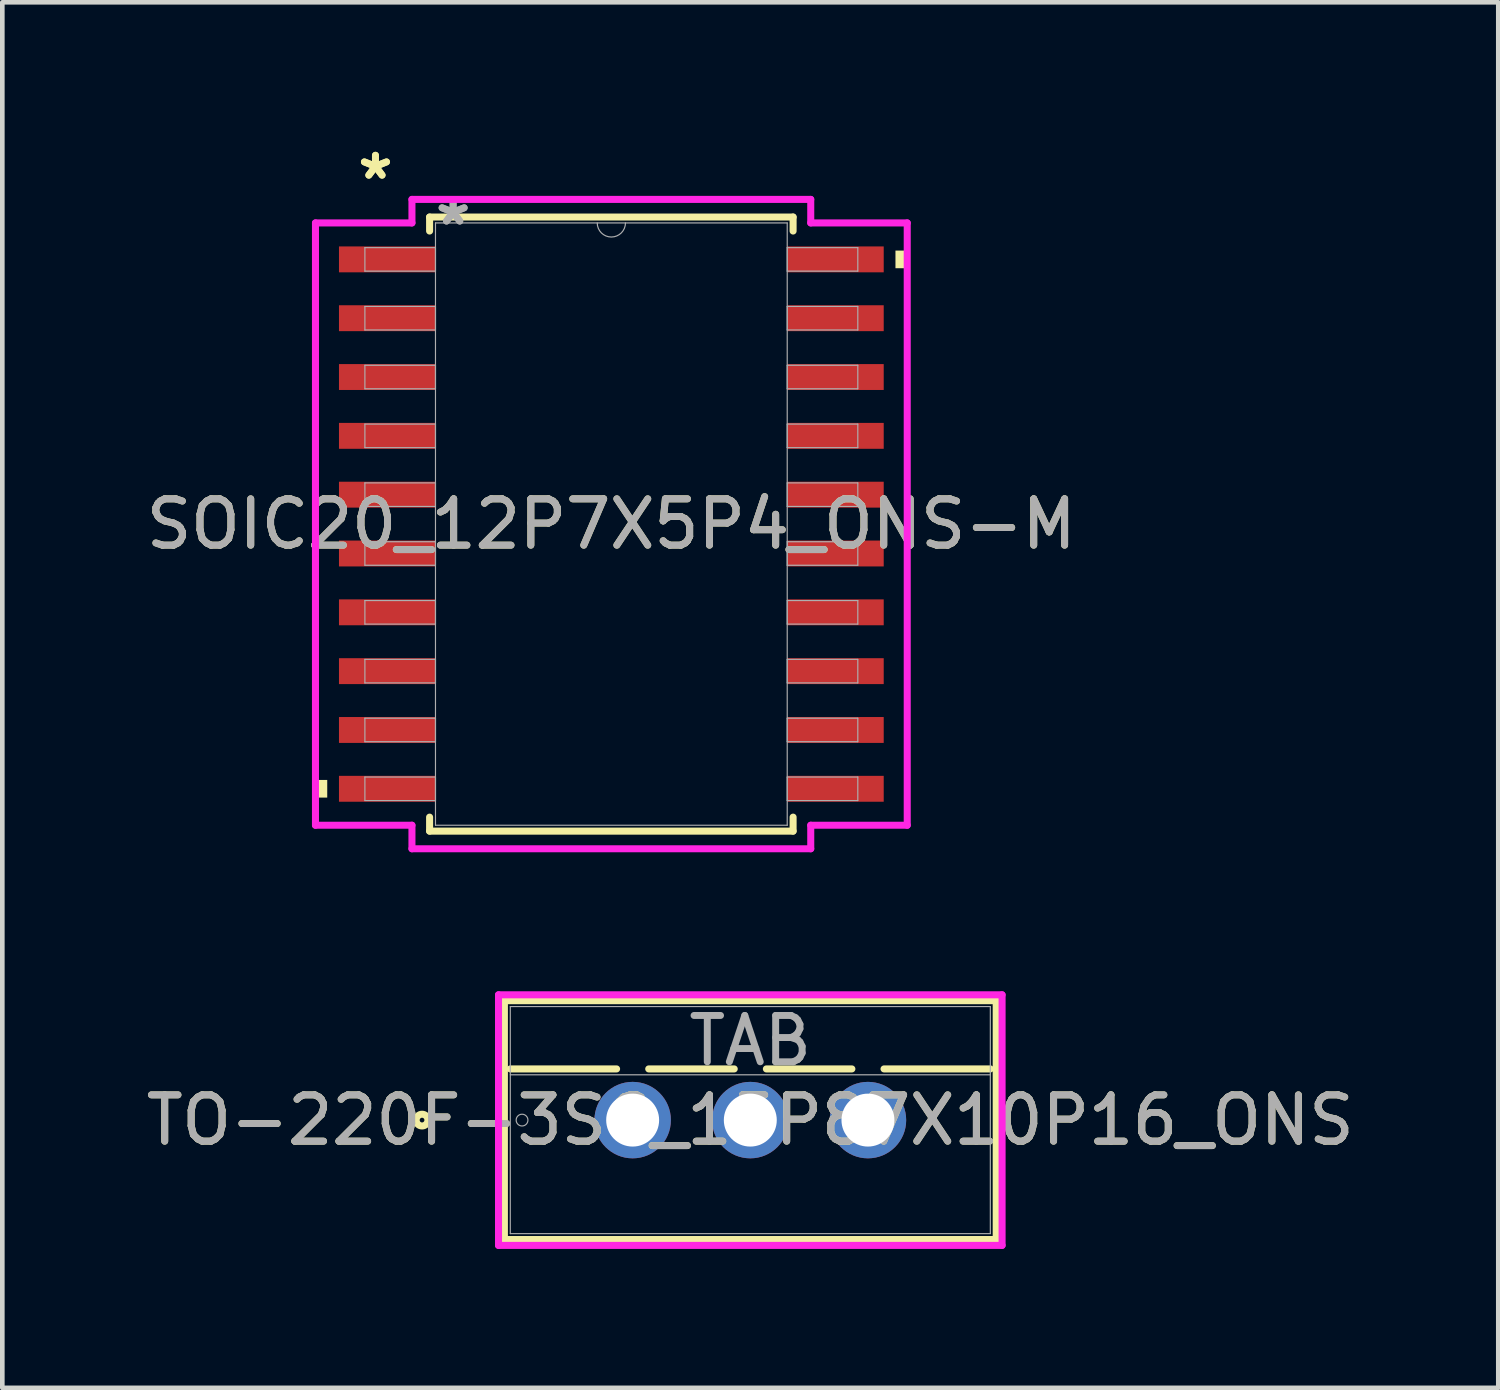
<source format=kicad_pcb>
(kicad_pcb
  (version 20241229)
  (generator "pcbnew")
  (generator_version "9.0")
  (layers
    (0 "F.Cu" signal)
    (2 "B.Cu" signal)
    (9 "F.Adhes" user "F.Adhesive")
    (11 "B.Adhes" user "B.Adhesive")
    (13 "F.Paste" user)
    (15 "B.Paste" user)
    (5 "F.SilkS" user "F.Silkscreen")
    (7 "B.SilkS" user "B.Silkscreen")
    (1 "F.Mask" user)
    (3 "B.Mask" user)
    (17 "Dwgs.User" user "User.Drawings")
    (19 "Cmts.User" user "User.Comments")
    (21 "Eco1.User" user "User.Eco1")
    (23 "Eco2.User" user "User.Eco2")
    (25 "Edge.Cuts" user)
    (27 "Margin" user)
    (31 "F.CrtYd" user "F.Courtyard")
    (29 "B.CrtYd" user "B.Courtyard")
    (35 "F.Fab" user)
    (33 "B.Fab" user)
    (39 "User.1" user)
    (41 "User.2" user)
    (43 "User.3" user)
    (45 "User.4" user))
  (footprint "SOIC20_12P7X5P4_ONS-M"
    (layer "F.Cu")
    (at 10.149 8.265)
    (property "Reference" "SOIC20_12P7X5P4_ONS-M" (at 0 0 0) (unlocked yes) (layer "F.SilkS") (effects (font (size 1 1) (thickness 0.15))))
    (attr smd)
    (fp_line (start -3.924 -6.629) (end -3.924 -6.327) (stroke (width 0.152) (type solid)) (layer "F.SilkS"))
    (fp_line (start -3.924 6.327) (end -3.924 6.629) (stroke (width 0.152) (type solid)) (layer "F.SilkS"))
    (fp_line (start -3.924 6.629) (end 3.924 6.629) (stroke (width 0.152) (type solid)) (layer "F.SilkS"))
    (fp_line (start 3.924 -6.629) (end -3.924 -6.629) (stroke (width 0.152) (type solid)) (layer "F.SilkS"))
    (fp_line (start 3.924 -6.327) (end 3.924 -6.629) (stroke (width 0.152) (type solid)) (layer "F.SilkS"))
    (fp_line (start 3.924 6.629) (end 3.924 6.327) (stroke (width 0.152) (type solid)) (layer "F.SilkS"))
    (fp_poly (pts (xy -6.388 5.524) (xy -6.388 5.905) (xy -6.134 5.905) (xy -6.134 5.524)) (stroke (width 0) (type solid)) (fill yes) (layer "F.SilkS"))
    (fp_poly (pts (xy 6.388 -5.905) (xy 6.388 -5.524) (xy 6.134 -5.524) (xy 6.134 -5.905)) (stroke (width 0) (type solid)) (fill yes) (layer "F.SilkS"))
    (fp_line (start -6.388 -6.502) (end -4.305 -6.502) (stroke (width 0.152) (type solid)) (layer "F.CrtYd"))
    (fp_line (start -6.388 6.502) (end -6.388 -6.502) (stroke (width 0.152) (type solid)) (layer "F.CrtYd"))
    (fp_line (start -6.388 6.502) (end -4.305 6.502) (stroke (width 0.152) (type solid)) (layer "F.CrtYd"))
    (fp_line (start -4.305 -7.01) (end 4.305 -7.01) (stroke (width 0.152) (type solid)) (layer "F.CrtYd"))
    (fp_line (start -4.305 -6.502) (end -4.305 -7.01) (stroke (width 0.152) (type solid)) (layer "F.CrtYd"))
    (fp_line (start -4.305 7.01) (end -4.305 6.502) (stroke (width 0.152) (type solid)) (layer "F.CrtYd"))
    (fp_line (start 4.305 -7.01) (end 4.305 -6.502) (stroke (width 0.152) (type solid)) (layer "F.CrtYd"))
    (fp_line (start 4.305 6.502) (end 4.305 7.01) (stroke (width 0.152) (type solid)) (layer "F.CrtYd"))
    (fp_line (start 4.305 7.01) (end -4.305 7.01) (stroke (width 0.152) (type solid)) (layer "F.CrtYd"))
    (fp_line (start 6.388 -6.502) (end 4.305 -6.502) (stroke (width 0.152) (type solid)) (layer "F.CrtYd"))
    (fp_line (start 6.388 -6.502) (end 6.388 6.502) (stroke (width 0.152) (type solid)) (layer "F.CrtYd"))
    (fp_line (start 6.388 6.502) (end 4.305 6.502) (stroke (width 0.152) (type solid)) (layer "F.CrtYd"))
    (fp_line (start -5.321 -5.969) (end -5.321 -5.461) (stroke (width 0.025) (type solid)) (layer "F.Fab"))
    (fp_line (start -5.321 -5.461) (end -3.797 -5.461) (stroke (width 0.025) (type solid)) (layer "F.Fab"))
    (fp_line (start -5.321 -4.699) (end -5.321 -4.191) (stroke (width 0.025) (type solid)) (layer "F.Fab"))
    (fp_line (start -5.321 -4.191) (end -3.797 -4.191) (stroke (width 0.025) (type solid)) (layer "F.Fab"))
    (fp_line (start -5.321 -3.429) (end -5.321 -2.921) (stroke (width 0.025) (type solid)) (layer "F.Fab"))
    (fp_line (start -5.321 -2.921) (end -3.797 -2.921) (stroke (width 0.025) (type solid)) (layer "F.Fab"))
    (fp_line (start -5.321 -2.159) (end -5.321 -1.651) (stroke (width 0.025) (type solid)) (layer "F.Fab"))
    (fp_line (start -5.321 -1.651) (end -3.797 -1.651) (stroke (width 0.025) (type solid)) (layer "F.Fab"))
    (fp_line (start -5.321 -0.889) (end -5.321 -0.381) (stroke (width 0.025) (type solid)) (layer "F.Fab"))
    (fp_line (start -5.321 -0.381) (end -3.797 -0.381) (stroke (width 0.025) (type solid)) (layer "F.Fab"))
    (fp_line (start -5.321 0.381) (end -5.321 0.889) (stroke (width 0.025) (type solid)) (layer "F.Fab"))
    (fp_line (start -5.321 0.889) (end -3.797 0.889) (stroke (width 0.025) (type solid)) (layer "F.Fab"))
    (fp_line (start -5.321 1.651) (end -5.321 2.159) (stroke (width 0.025) (type solid)) (layer "F.Fab"))
    (fp_line (start -5.321 2.159) (end -3.797 2.159) (stroke (width 0.025) (type solid)) (layer "F.Fab"))
    (fp_line (start -5.321 2.921) (end -5.321 3.429) (stroke (width 0.025) (type solid)) (layer "F.Fab"))
    (fp_line (start -5.321 3.429) (end -3.797 3.429) (stroke (width 0.025) (type solid)) (layer "F.Fab"))
    (fp_line (start -5.321 4.191) (end -5.321 4.699) (stroke (width 0.025) (type solid)) (layer "F.Fab"))
    (fp_line (start -5.321 4.699) (end -3.797 4.699) (stroke (width 0.025) (type solid)) (layer "F.Fab"))
    (fp_line (start -5.321 5.461) (end -5.321 5.969) (stroke (width 0.025) (type solid)) (layer "F.Fab"))
    (fp_line (start -5.321 5.969) (end -3.797 5.969) (stroke (width 0.025) (type solid)) (layer "F.Fab"))
    (fp_line (start -3.797 -6.502) (end -3.797 6.502) (stroke (width 0.025) (type solid)) (layer "F.Fab"))
    (fp_line (start -3.797 -5.969) (end -5.321 -5.969) (stroke (width 0.025) (type solid)) (layer "F.Fab"))
    (fp_line (start -3.797 -5.461) (end -3.797 -5.969) (stroke (width 0.025) (type solid)) (layer "F.Fab"))
    (fp_line (start -3.797 -4.699) (end -5.321 -4.699) (stroke (width 0.025) (type solid)) (layer "F.Fab"))
    (fp_line (start -3.797 -4.191) (end -3.797 -4.699) (stroke (width 0.025) (type solid)) (layer "F.Fab"))
    (fp_line (start -3.797 -3.429) (end -5.321 -3.429) (stroke (width 0.025) (type solid)) (layer "F.Fab"))
    (fp_line (start -3.797 -2.921) (end -3.797 -3.429) (stroke (width 0.025) (type solid)) (layer "F.Fab"))
    (fp_line (start -3.797 -2.159) (end -5.321 -2.159) (stroke (width 0.025) (type solid)) (layer "F.Fab"))
    (fp_line (start -3.797 -1.651) (end -3.797 -2.159) (stroke (width 0.025) (type solid)) (layer "F.Fab"))
    (fp_line (start -3.797 -0.889) (end -5.321 -0.889) (stroke (width 0.025) (type solid)) (layer "F.Fab"))
    (fp_line (start -3.797 -0.381) (end -3.797 -0.889) (stroke (width 0.025) (type solid)) (layer "F.Fab"))
    (fp_line (start -3.797 0.381) (end -5.321 0.381) (stroke (width 0.025) (type solid)) (layer "F.Fab"))
    (fp_line (start -3.797 0.889) (end -3.797 0.381) (stroke (width 0.025) (type solid)) (layer "F.Fab"))
    (fp_line (start -3.797 1.651) (end -5.321 1.651) (stroke (width 0.025) (type solid)) (layer "F.Fab"))
    (fp_line (start -3.797 2.159) (end -3.797 1.651) (stroke (width 0.025) (type solid)) (layer "F.Fab"))
    (fp_line (start -3.797 2.921) (end -5.321 2.921) (stroke (width 0.025) (type solid)) (layer "F.Fab"))
    (fp_line (start -3.797 3.429) (end -3.797 2.921) (stroke (width 0.025) (type solid)) (layer "F.Fab"))
    (fp_line (start -3.797 4.191) (end -5.321 4.191) (stroke (width 0.025) (type solid)) (layer "F.Fab"))
    (fp_line (start -3.797 4.699) (end -3.797 4.191) (stroke (width 0.025) (type solid)) (layer "F.Fab"))
    (fp_line (start -3.797 5.461) (end -5.321 5.461) (stroke (width 0.025) (type solid)) (layer "F.Fab"))
    (fp_line (start -3.797 5.969) (end -3.797 5.461) (stroke (width 0.025) (type solid)) (layer "F.Fab"))
    (fp_line (start -3.797 6.502) (end 3.797 6.502) (stroke (width 0.025) (type solid)) (layer "F.Fab"))
    (fp_line (start 3.797 -6.502) (end -3.797 -6.502) (stroke (width 0.025) (type solid)) (layer "F.Fab"))
    (fp_line (start 3.797 -5.969) (end 3.797 -5.461) (stroke (width 0.025) (type solid)) (layer "F.Fab"))
    (fp_line (start 3.797 -5.461) (end 5.321 -5.461) (stroke (width 0.025) (type solid)) (layer "F.Fab"))
    (fp_line (start 3.797 -4.699) (end 3.797 -4.191) (stroke (width 0.025) (type solid)) (layer "F.Fab"))
    (fp_line (start 3.797 -4.191) (end 5.321 -4.191) (stroke (width 0.025) (type solid)) (layer "F.Fab"))
    (fp_line (start 3.797 -3.429) (end 3.797 -2.921) (stroke (width 0.025) (type solid)) (layer "F.Fab"))
    (fp_line (start 3.797 -2.921) (end 5.321 -2.921) (stroke (width 0.025) (type solid)) (layer "F.Fab"))
    (fp_line (start 3.797 -2.159) (end 3.797 -1.651) (stroke (width 0.025) (type solid)) (layer "F.Fab"))
    (fp_line (start 3.797 -1.651) (end 5.321 -1.651) (stroke (width 0.025) (type solid)) (layer "F.Fab"))
    (fp_line (start 3.797 -0.889) (end 3.797 -0.381) (stroke (width 0.025) (type solid)) (layer "F.Fab"))
    (fp_line (start 3.797 -0.381) (end 5.321 -0.381) (stroke (width 0.025) (type solid)) (layer "F.Fab"))
    (fp_line (start 3.797 0.381) (end 3.797 0.889) (stroke (width 0.025) (type solid)) (layer "F.Fab"))
    (fp_line (start 3.797 0.889) (end 5.321 0.889) (stroke (width 0.025) (type solid)) (layer "F.Fab"))
    (fp_line (start 3.797 1.651) (end 3.797 2.159) (stroke (width 0.025) (type solid)) (layer "F.Fab"))
    (fp_line (start 3.797 2.159) (end 5.321 2.159) (stroke (width 0.025) (type solid)) (layer "F.Fab"))
    (fp_line (start 3.797 2.921) (end 3.797 3.429) (stroke (width 0.025) (type solid)) (layer "F.Fab"))
    (fp_line (start 3.797 3.429) (end 5.321 3.429) (stroke (width 0.025) (type solid)) (layer "F.Fab"))
    (fp_line (start 3.797 4.191) (end 3.797 4.699) (stroke (width 0.025) (type solid)) (layer "F.Fab"))
    (fp_line (start 3.797 4.699) (end 5.321 4.699) (stroke (width 0.025) (type solid)) (layer "F.Fab"))
    (fp_line (start 3.797 5.461) (end 3.797 5.969) (stroke (width 0.025) (type solid)) (layer "F.Fab"))
    (fp_line (start 3.797 5.969) (end 5.321 5.969) (stroke (width 0.025) (type solid)) (layer "F.Fab"))
    (fp_line (start 3.797 6.502) (end 3.797 -6.502) (stroke (width 0.025) (type solid)) (layer "F.Fab"))
    (fp_line (start 5.321 -5.969) (end 3.797 -5.969) (stroke (width 0.025) (type solid)) (layer "F.Fab"))
    (fp_line (start 5.321 -5.461) (end 5.321 -5.969) (stroke (width 0.025) (type solid)) (layer "F.Fab"))
    (fp_line (start 5.321 -4.699) (end 3.797 -4.699) (stroke (width 0.025) (type solid)) (layer "F.Fab"))
    (fp_line (start 5.321 -4.191) (end 5.321 -4.699) (stroke (width 0.025) (type solid)) (layer "F.Fab"))
    (fp_line (start 5.321 -3.429) (end 3.797 -3.429) (stroke (width 0.025) (type solid)) (layer "F.Fab"))
    (fp_line (start 5.321 -2.921) (end 5.321 -3.429) (stroke (width 0.025) (type solid)) (layer "F.Fab"))
    (fp_line (start 5.321 -2.159) (end 3.797 -2.159) (stroke (width 0.025) (type solid)) (layer "F.Fab"))
    (fp_line (start 5.321 -1.651) (end 5.321 -2.159) (stroke (width 0.025) (type solid)) (layer "F.Fab"))
    (fp_line (start 5.321 -0.889) (end 3.797 -0.889) (stroke (width 0.025) (type solid)) (layer "F.Fab"))
    (fp_line (start 5.321 -0.381) (end 5.321 -0.889) (stroke (width 0.025) (type solid)) (layer "F.Fab"))
    (fp_line (start 5.321 0.381) (end 3.797 0.381) (stroke (width 0.025) (type solid)) (layer "F.Fab"))
    (fp_line (start 5.321 0.889) (end 5.321 0.381) (stroke (width 0.025) (type solid)) (layer "F.Fab"))
    (fp_line (start 5.321 1.651) (end 3.797 1.651) (stroke (width 0.025) (type solid)) (layer "F.Fab"))
    (fp_line (start 5.321 2.159) (end 5.321 1.651) (stroke (width 0.025) (type solid)) (layer "F.Fab"))
    (fp_line (start 5.321 2.921) (end 3.797 2.921) (stroke (width 0.025) (type solid)) (layer "F.Fab"))
    (fp_line (start 5.321 3.429) (end 5.321 2.921) (stroke (width 0.025) (type solid)) (layer "F.Fab"))
    (fp_line (start 5.321 4.191) (end 3.797 4.191) (stroke (width 0.025) (type solid)) (layer "F.Fab"))
    (fp_line (start 5.321 4.699) (end 5.321 4.191) (stroke (width 0.025) (type solid)) (layer "F.Fab"))
    (fp_line (start 5.321 5.461) (end 3.797 5.461) (stroke (width 0.025) (type solid)) (layer "F.Fab"))
    (fp_line (start 5.321 5.969) (end 5.321 5.461) (stroke (width 0.025) (type solid)) (layer "F.Fab"))
    (fp_arc (start 0.3048 -6.5024) (mid 0 -6.1976) (end -0.3048 -6.5024) (stroke (width 0.0254) (type solid)) (layer "F.Fab"))
    (fp_text user "*" (at -5.093 -7.417 0) (unlocked yes) (layer "F.SilkS") (effects (font (size 1 1) (thickness 0.15))))
    (fp_text user "*" (at -5.093 -7.417 0) (layer "F.SilkS") (effects (font (size 1 1) (thickness 0.15))))
    (fp_text user "${REFERENCE}" (at 0 0 0) (unlocked yes) (layer "F.Fab") (effects (font (size 1 1) (thickness 0.15))))
    (fp_text user "*" (at -3.416 -6.426 0) (unlocked yes) (layer "F.Fab") (effects (font (size 1 1) (thickness 0.15))))
    (fp_text user "*" (at -3.416 -6.426 0) (layer "F.Fab") (effects (font (size 1 1) (thickness 0.15))))
    (pad "1" smd rect (at -4.839 -5.715) (size 2.083 0.559) (layers "F.Cu" "F.Mask" "F.Paste"))
    (pad "2" smd rect (at -4.839 -4.445) (size 2.083 0.559) (layers "F.Cu" "F.Mask" "F.Paste"))
    (pad "3" smd rect (at -4.839 -3.175) (size 2.083 0.559) (layers "F.Cu" "F.Mask" "F.Paste"))
    (pad "4" smd rect (at -4.839 -1.905) (size 2.083 0.559) (layers "F.Cu" "F.Mask" "F.Paste"))
    (pad "5" smd rect (at -4.839 -0.635) (size 2.083 0.559) (layers "F.Cu" "F.Mask" "F.Paste"))
    (pad "6" smd rect (at -4.839 0.635) (size 2.083 0.559) (layers "F.Cu" "F.Mask" "F.Paste"))
    (pad "7" smd rect (at -4.839 1.905) (size 2.083 0.559) (layers "F.Cu" "F.Mask" "F.Paste"))
    (pad "8" smd rect (at -4.839 3.175) (size 2.083 0.559) (layers "F.Cu" "F.Mask" "F.Paste"))
    (pad "9" smd rect (at -4.839 4.445) (size 2.083 0.559) (layers "F.Cu" "F.Mask" "F.Paste"))
    (pad "10" smd rect (at -4.839 5.715) (size 2.083 0.559) (layers "F.Cu" "F.Mask" "F.Paste"))
    (pad "11" smd rect (at 4.839 5.715) (size 2.083 0.559) (layers "F.Cu" "F.Mask" "F.Paste"))
    (pad "12" smd rect (at 4.839 4.445) (size 2.083 0.559) (layers "F.Cu" "F.Mask" "F.Paste"))
    (pad "13" smd rect (at 4.839 3.175) (size 2.083 0.559) (layers "F.Cu" "F.Mask" "F.Paste"))
    (pad "14" smd rect (at 4.839 1.905) (size 2.083 0.559) (layers "F.Cu" "F.Mask" "F.Paste"))
    (pad "15" smd rect (at 4.839 0.635) (size 2.083 0.559) (layers "F.Cu" "F.Mask" "F.Paste"))
    (pad "16" smd rect (at 4.839 -0.635) (size 2.083 0.559) (layers "F.Cu" "F.Mask" "F.Paste"))
    (pad "17" smd rect (at 4.839 -1.905) (size 2.083 0.559) (layers "F.Cu" "F.Mask" "F.Paste"))
    (pad "18" smd rect (at 4.839 -3.175) (size 2.083 0.559) (layers "F.Cu" "F.Mask" "F.Paste"))
    (pad "19" smd rect (at 4.839 -4.445) (size 2.083 0.559) (layers "F.Cu" "F.Mask" "F.Paste"))
    (pad "20" smd rect (at 4.839 -5.715) (size 2.083 0.559) (layers "F.Cu" "F.Mask" "F.Paste")))
  (footprint "TO-220F-3SG_15P87X10P16_ONS"
    (layer "F.Cu")
    (at 10.609 21.133)
    (property "Reference" "TO-220F-3SG_15P87X10P16_ONS" (at 2.54 0 0) (unlocked yes) (layer "F.SilkS") (effects (font (size 1 1) (thickness 0.15))))
    (attr through_hole)
    (fp_line (start -2.769 -2.578) (end -2.769 2.578) (stroke (width 0.152) (type solid)) (layer "F.SilkS"))
    (fp_line (start -2.769 2.578) (end 7.849 2.578) (stroke (width 0.152) (type solid)) (layer "F.SilkS"))
    (fp_line (start -2.642 -1.105) (end -0.347 -1.105) (stroke (width 0.152) (type solid)) (layer "F.SilkS"))
    (fp_line (start 0.347 -1.105) (end 2.193 -1.105) (stroke (width 0.152) (type solid)) (layer "F.SilkS"))
    (fp_line (start 2.887 -1.105) (end 4.733 -1.105) (stroke (width 0.152) (type solid)) (layer "F.SilkS"))
    (fp_line (start 5.427 -1.105) (end 7.722 -1.105) (stroke (width 0.152) (type solid)) (layer "F.SilkS"))
    (fp_line (start 7.849 -2.578) (end -2.769 -2.578) (stroke (width 0.152) (type solid)) (layer "F.SilkS"))
    (fp_line (start 7.849 2.578) (end 7.849 -2.578) (stroke (width 0.152) (type solid)) (layer "F.SilkS"))
    (fp_circle (center -4.547 0) (end -4.42 0) (stroke (width 0.152) (type solid)) (fill no) (layer "F.SilkS"))
    (fp_line (start -2.896 -2.705) (end -2.896 2.705) (stroke (width 0.152) (type solid)) (layer "F.CrtYd"))
    (fp_line (start -2.896 2.705) (end 7.976 2.705) (stroke (width 0.152) (type solid)) (layer "F.CrtYd"))
    (fp_line (start 7.976 -2.705) (end -2.896 -2.705) (stroke (width 0.152) (type solid)) (layer "F.CrtYd"))
    (fp_line (start 7.976 2.705) (end 7.976 -2.705) (stroke (width 0.152) (type solid)) (layer "F.CrtYd"))
    (fp_line (start -2.642 -2.451) (end -2.642 2.451) (stroke (width 0.025) (type solid)) (layer "F.Fab"))
    (fp_line (start -2.642 -0.978) (end 7.722 -0.978) (stroke (width 0.025) (type solid)) (layer "F.Fab"))
    (fp_line (start -2.642 2.451) (end 7.722 2.451) (stroke (width 0.025) (type solid)) (layer "F.Fab"))
    (fp_line (start 7.722 -2.451) (end -2.642 -2.451) (stroke (width 0.025) (type solid)) (layer "F.Fab"))
    (fp_line (start 7.722 2.451) (end 7.722 -2.451) (stroke (width 0.025) (type solid)) (layer "F.Fab"))
    (fp_circle (center -2.388 0) (end -2.261 0) (stroke (width 0.025) (type solid)) (fill no) (layer "F.Fab"))
    (fp_text user "${REFERENCE}" (at 2.54 0 0) (unlocked yes) (layer "F.Fab") (effects (font (size 1 1) (thickness 0.15))))
    (fp_text user "TAB" (at 2.54 -1.714 0) (unlocked yes) (layer "F.Fab") (effects (font (size 1 1) (thickness 0.15))))
    (pad "1" thru_hole circle (at 0 0) (size 1.651 1.651) (drill 1.143) (layers "*.Cu" "*.Mask"))
    (pad "2" thru_hole circle (at 2.54 0) (size 1.651 1.651) (drill 1.143) (layers "*.Cu" "*.Mask"))
    (pad "3" thru_hole circle (at 5.08 0) (size 1.651 1.651) (drill 1.143) (layers "*.Cu" "*.Mask")))
  (gr_rect
    (start -3 -3)
    (end 29.298 26.914)
    (stroke (width 0.1) (type default))
    (fill no)
    (layer "Edge.Cuts")))
</source>
